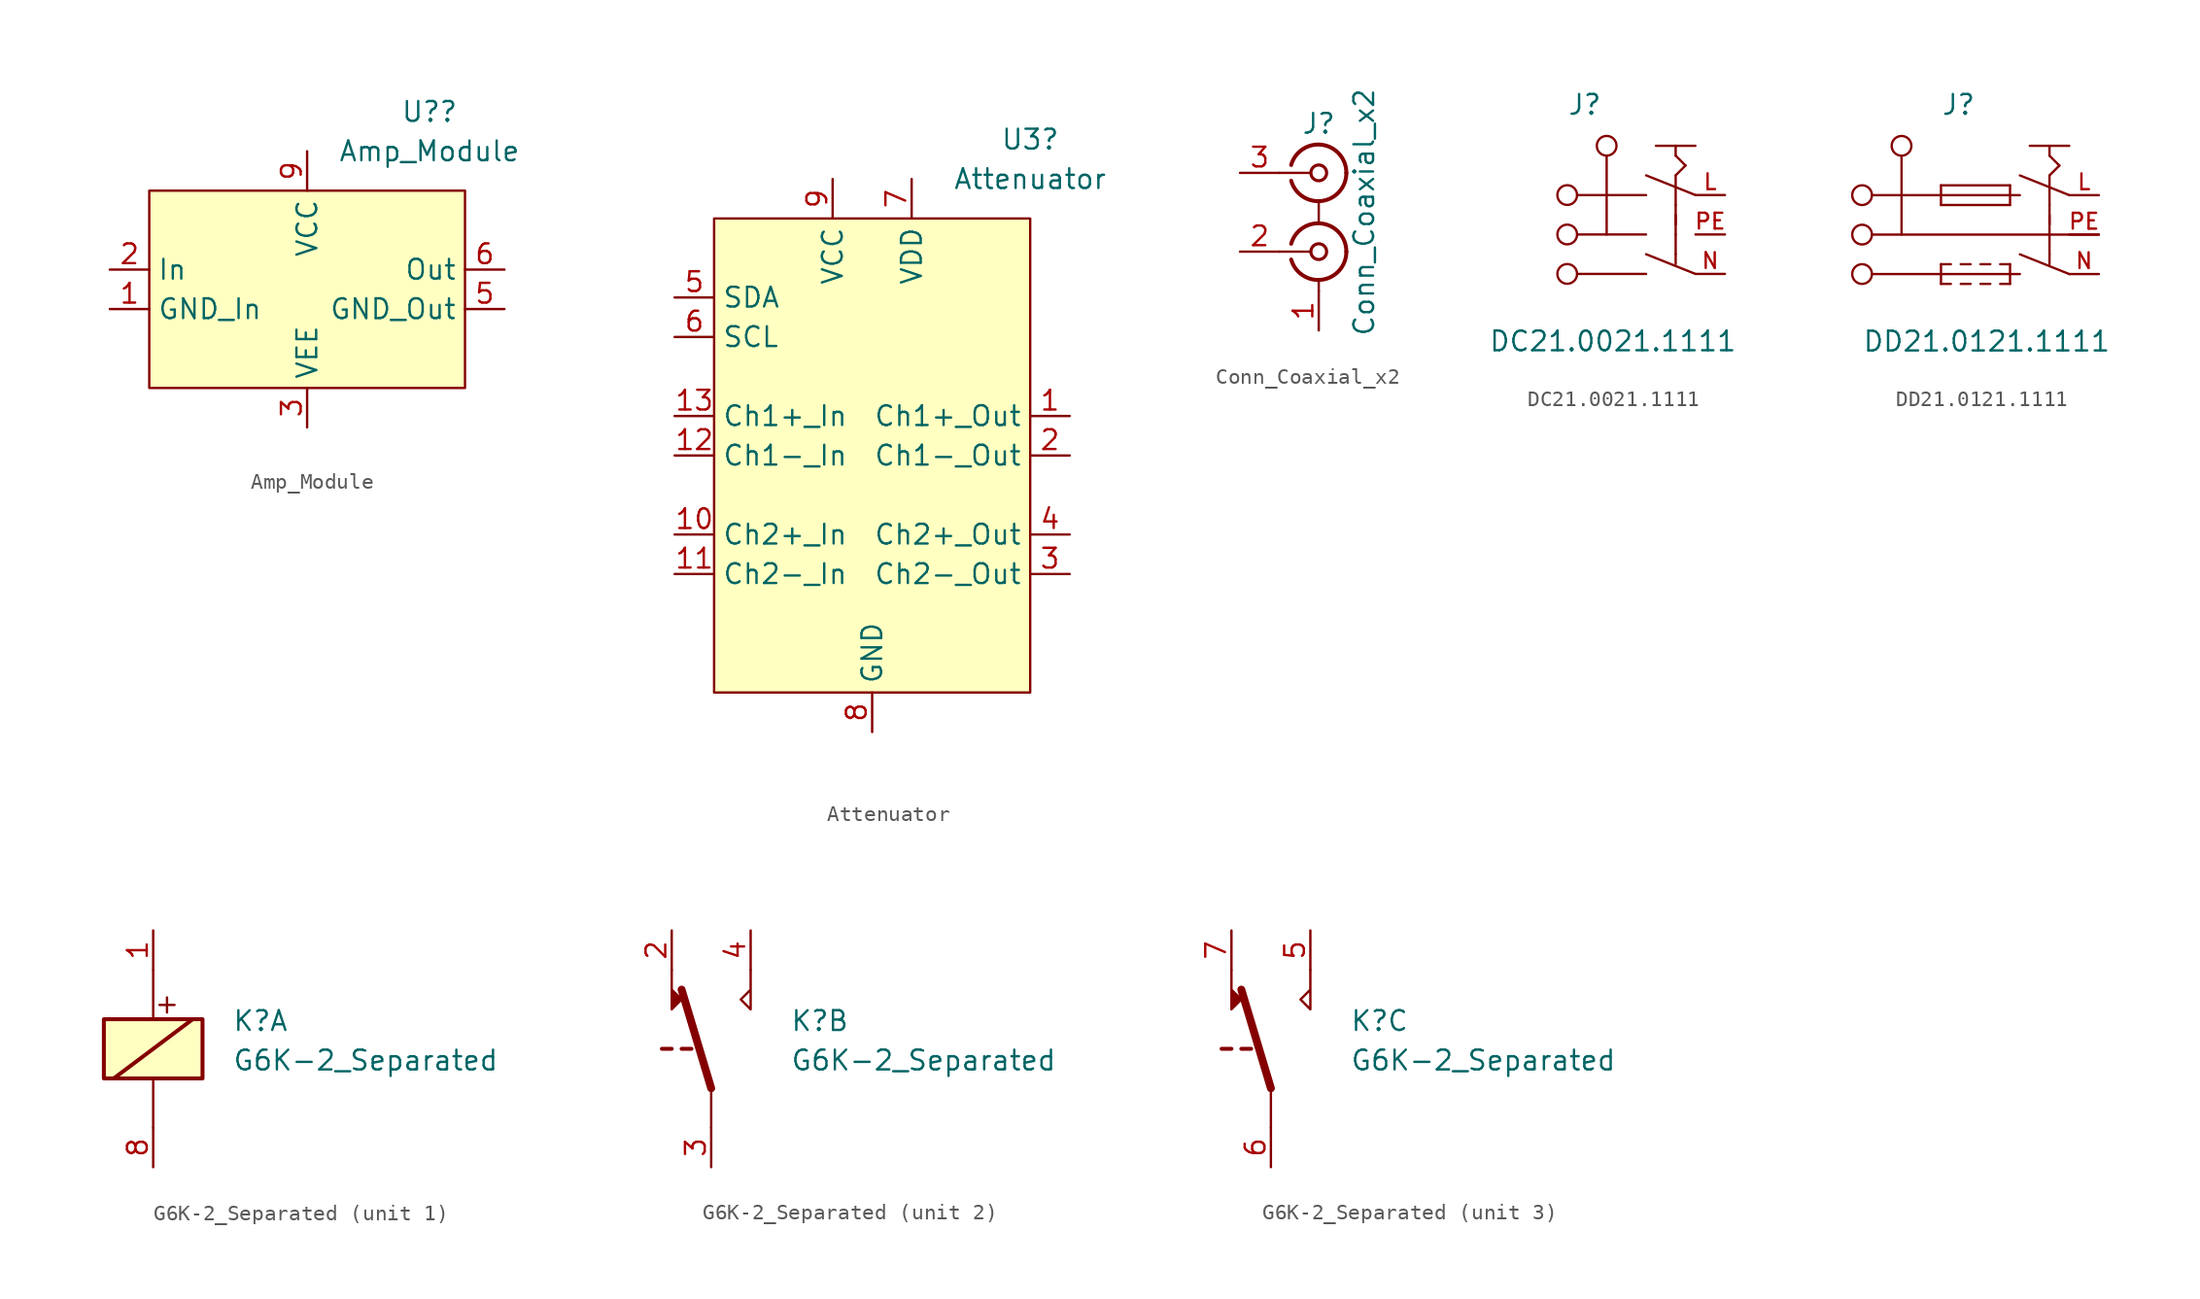
<source format=kicad_sym>
(kicad_symbol_lib
  (version 20211014)
  (generator kicad_symbol_editor)
  (symbol "Amp_Module"
    (property "Reference" "U?"
      (at 7.874 12.7 0)
      (effects (font (size 1.27 1.27))))
    (property "Value" "Amp_Module"
      (at 7.874 10.16 0)
      (effects (font (size 1.27 1.27))))
    (symbol "Amp_Module_0_1"
      (rectangle (start -10.16 7.62) (end 10.16 -5.08) (stroke (width 0.152) (type default) (color 0 0 0 0)) (fill (type background))))
    (symbol "Amp_Module_1_1"
      (pin power_in line (at -12.7 0 0) (length 2.54) (name "GND_In" (effects (font (size 1.27 1.27)))) (number "1" (effects (font (size 1.27 1.27)))))
      (pin power_in line (at 0 10.16 270) (length 2.54) hide (name "VCC" (effects (font (size 1.27 1.27)))) (number "10" (effects (font (size 1.27 1.27)))))
      (pin input line (at -12.7 2.54 0) (length 2.54) (name "In" (effects (font (size 1.27 1.27)))) (number "2" (effects (font (size 1.27 1.27)))))
      (pin power_in line (at 0 -7.62 90) (length 2.54) (name "VEE" (effects (font (size 1.27 1.27)))) (number "3" (effects (font (size 1.27 1.27)))))
      (pin power_in line (at 0 -7.62 90) (length 2.54) hide (name "VEE" (effects (font (size 1.27 1.27)))) (number "4" (effects (font (size 1.27 1.27)))))
      (pin power_in line (at 12.7 0 180) (length 2.54) (name "GND_Out" (effects (font (size 1.27 1.27)))) (number "5" (effects (font (size 1.27 1.27)))))
      (pin output line (at 12.7 2.54 180) (length 2.54) (name "Out" (effects (font (size 1.27 1.27)))) (number "6" (effects (font (size 1.27 1.27)))))
      (pin output line (at 12.7 2.54 180) (length 2.54) hide (name "Out" (effects (font (size 1.27 1.27)))) (number "7" (effects (font (size 1.27 1.27)))))
      (pin power_in line (at 12.7 0 180) (length 2.54) hide (name "GND_Out" (effects (font (size 1.27 1.27)))) (number "8" (effects (font (size 1.27 1.27)))))
      (pin power_in line (at 0 10.16 270) (length 2.54) (name "VCC" (effects (font (size 1.27 1.27)))) (number "9" (effects (font (size 1.27 1.27)))))))
  (symbol "Attenuator"
    (property "Reference" "U3"
      (at 10.16 20.32 0)
      (effects (font (size 1.27 1.27))))
    (property "Value" "Attenuator"
      (at 10.16 17.78 0)
      (effects (font (size 1.27 1.27))))
    (symbol "Attenuator_0_1"
      (rectangle (start -10.16 15.24) (end 10.16 -15.24) (stroke (width 0.152) (type default) (color 0 0 0 0)) (fill (type background))))
    (symbol "Attenuator_1_1"
      (pin output line (at 12.7 2.54 180) (length 2.54) (name "Ch1+_Out" (effects (font (size 1.27 1.27)))) (number "1" (effects (font (size 1.27 1.27)))))
      (pin input line (at -12.7 -5.08 0) (length 2.54) (name "Ch2+_In" (effects (font (size 1.27 1.27)))) (number "10" (effects (font (size 1.27 1.27)))))
      (pin input line (at -12.7 -7.62 0) (length 2.54) (name "Ch2-_In" (effects (font (size 1.27 1.27)))) (number "11" (effects (font (size 1.27 1.27)))))
      (pin input line (at -12.7 0 0) (length 2.54) (name "Ch1-_In" (effects (font (size 1.27 1.27)))) (number "12" (effects (font (size 1.27 1.27)))))
      (pin input line (at -12.7 2.54 0) (length 2.54) (name "Ch1+_In" (effects (font (size 1.27 1.27)))) (number "13" (effects (font (size 1.27 1.27)))))
      (pin output line (at 12.7 0 180) (length 2.54) (name "Ch1-_Out" (effects (font (size 1.27 1.27)))) (number "2" (effects (font (size 1.27 1.27)))))
      (pin output line (at 12.7 -7.62 180) (length 2.54) (name "Ch2-_Out" (effects (font (size 1.27 1.27)))) (number "3" (effects (font (size 1.27 1.27)))))
      (pin output line (at 12.7 -5.08 180) (length 2.54) (name "Ch2+_Out" (effects (font (size 1.27 1.27)))) (number "4" (effects (font (size 1.27 1.27)))))
      (pin bidirectional line (at -12.7 10.16 0) (length 2.54) (name "SDA" (effects (font (size 1.27 1.27)))) (number "5" (effects (font (size 1.27 1.27)))))
      (pin bidirectional line (at -12.7 7.62 0) (length 2.54) (name "SCL" (effects (font (size 1.27 1.27)))) (number "6" (effects (font (size 1.27 1.27)))))
      (pin power_in line (at 2.54 17.78 270) (length 2.54) (name "VDD" (effects (font (size 1.27 1.27)))) (number "7" (effects (font (size 1.27 1.27)))))
      (pin power_in line (at 0 -17.78 90) (length 2.54) (name "GND" (effects (font (size 1.27 1.27)))) (number "8" (effects (font (size 1.27 1.27)))))
      (pin power_in line (at -2.54 17.78 270) (length 2.54) (name "VCC" (effects (font (size 1.27 1.27)))) (number "9" (effects (font (size 1.27 1.27)))))))
  (symbol "Conn_Coaxial_x2"
    (pin_names
      (offset 1.016) hide)
    (property "Reference" "J"
      (at 0 5.715 0)
      (effects (font (size 1.27 1.27))))
    (property "Value" "Conn_Coaxial_x2"
      (at 2.921 0 90)
      (effects (font (size 1.27 1.27))))
    (symbol "Conn_Coaxial_x2_0_1"
      (arc (start -1.778 -3.048) (mid 0.222 -4.348) (end 1.778 -2.54) (stroke (width 0.254) (type default) (color 0 0 0 0)) (fill (type none)))
      (arc (start -1.778 2.032) (mid 0.222 0.732) (end 1.778 2.54) (stroke (width 0.254) (type default) (color 0 0 0 0)) (fill (type none)))
      (circle (center 0 -2.54) (radius 0.508) (stroke (width 0.203) (type default) (color 0 0 0 0)) (fill (type none)))
      (polyline (pts (xy -2.54 -2.54) (xy -0.508 -2.54)) (stroke (width 0) (type default) (color 0 0 0 0)) (fill (type none)))
      (polyline (pts (xy -2.54 2.54) (xy -0.508 2.54)) (stroke (width 0) (type default) (color 0 0 0 0)) (fill (type none)))
      (polyline (pts (xy 0 -5.08) (xy 0 -4.318)) (stroke (width 0) (type default) (color 0 0 0 0)) (fill (type none)))
      (polyline (pts (xy 0 0.762) (xy 0 -0.635)) (stroke (width 0) (type default) (color 0 0 0 0)) (fill (type none)))
      (circle (center 0 2.54) (radius 0.508) (stroke (width 0.203) (type default) (color 0 0 0 0)) (fill (type none)))
      (arc (start 1.778 -2.54) (mid 0.222 -0.7317) (end -1.778 -2.032) (stroke (width 0.254) (type default) (color 0 0 0 0)) (fill (type none)))
      (arc (start 1.778 2.54) (mid 0.222 4.3483) (end -1.778 3.048) (stroke (width 0.254) (type default) (color 0 0 0 0)) (fill (type none))))
    (symbol "Conn_Coaxial_x2_1_1"
      (pin passive line (at 0 -7.62 90) (length 2.54) (name "EXT" (effects (font (size 1.27 1.27)))) (number "1" (effects (font (size 1.27 1.27)))))
      (pin passive line (at -5.08 -2.54 0) (length 2.54) (name "IN2" (effects (font (size 1.27 1.27)))) (number "2" (effects (font (size 1.27 1.27)))))
      (pin passive line (at -5.08 2.54 0) (length 2.54) (name "IN1" (effects (font (size 1.27 1.27)))) (number "3" (effects (font (size 1.27 1.27)))))))
  (symbol "DC21.0021.1111"
    (pin_names
      (offset 1.016) hide)
    (property "Reference" "J"
      (at -2.54 7.62 0)
      (effects (font (size 1.27 1.27)) (justify left bottom)))
    (property "Value" "DC21.0021.1111"
      (at -7.62 -7.62 0)
      (effects (font (size 1.27 1.27)) (justify left bottom)))
    (symbol "DC21.0021.1111_0_0"
      (circle (center -2.54 -2.54) (radius 0.635) (stroke (width 0.15) (type default) (color 0 0 0 0)) (fill (type none)))
      (circle (center -2.54 0) (radius 0.635) (stroke (width 0.15) (type default) (color 0 0 0 0)) (fill (type none)))
      (circle (center -2.54 2.54) (radius 0.635) (stroke (width 0.15) (type default) (color 0 0 0 0)) (fill (type none)))
      (polyline (pts (xy -1.905 -2.54) (xy 2.54 -2.54)) (stroke (width 0.15) (type default) (color 0 0 0 0)) (fill (type none)))
      (polyline (pts (xy 0 0) (xy 0 5.08)) (stroke (width 0.15) (type default) (color 0 0 0 0)) (fill (type none)))
      (polyline (pts (xy 2.54 -1.27) (xy 5.715 -2.54)) (stroke (width 0.15) (type default) (color 0 0 0 0)) (fill (type none)))
      (polyline (pts (xy 2.54 0) (xy -1.905 0)) (stroke (width 0.15) (type default) (color 0 0 0 0)) (fill (type none)))
      (polyline (pts (xy 2.54 2.54) (xy -1.905 2.54)) (stroke (width 0.15) (type default) (color 0 0 0 0)) (fill (type none)))
      (polyline (pts (xy 2.54 3.81) (xy 5.715 2.54)) (stroke (width 0.15) (type default) (color 0 0 0 0)) (fill (type none)))
      (polyline (pts (xy 3.175 5.715) (xy 5.715 5.715)) (stroke (width 0.15) (type default) (color 0 0 0 0)) (fill (type none)))
      (polyline (pts (xy 4.445 -1.27) (xy 4.445 -1.905)) (stroke (width 0.15) (type default) (color 0 0 0 0)) (fill (type none)))
      (polyline (pts (xy 4.445 0) (xy 4.445 -1.27)) (stroke (width 0.15) (type default) (color 0 0 0 0)) (fill (type none)))
      (polyline (pts (xy 4.445 1.27) (xy 4.445 0)) (stroke (width 0.15) (type default) (color 0 0 0 0)) (fill (type none)))
      (polyline (pts (xy 4.445 1.905) (xy 4.445 0.635)) (stroke (width 0.15) (type default) (color 0 0 0 0)) (fill (type none)))
      (polyline (pts (xy 4.445 1.905) (xy 4.445 3.81)) (stroke (width 0.15) (type default) (color 0 0 0 0)) (fill (type none)))
      (polyline (pts (xy 4.445 3.81) (xy 5.08 4.445)) (stroke (width 0.15) (type default) (color 0 0 0 0)) (fill (type none)))
      (polyline (pts (xy 4.445 5.08) (xy 4.445 5.715)) (stroke (width 0.15) (type default) (color 0 0 0 0)) (fill (type none)))
      (polyline (pts (xy 5.08 4.445) (xy 4.445 5.08)) (stroke (width 0.15) (type default) (color 0 0 0 0)) (fill (type none)))
      (circle (center 0 5.715) (radius 0.635) (stroke (width 0.15) (type default) (color 0 0 0 0)) (fill (type none)))
      (pin power_in line (at 7.62 2.54 180) (length 1.9) (name "~" (effects (font (size 1.016 1.016)))) (number "L" (effects (font (size 1.016 1.016)))))
      (pin power_in line (at 7.62 -2.54 180) (length 1.9) (name "~" (effects (font (size 1.016 1.016)))) (number "N" (effects (font (size 1.016 1.016)))))
      (pin power_in line (at 7.62 0 180) (length 1.9) (name "~" (effects (font (size 1.016 1.016)))) (number "PE" (effects (font (size 1.016 1.016)))))))
  (symbol "DD21.0121.1111"
    (pin_names
      (offset 1.016) hide)
    (property "Reference" "J"
      (at -2.54 7.62 0)
      (effects (font (size 1.27 1.27)) (justify left bottom)))
    (property "Value" "DD21.0121.1111"
      (at -7.62 -7.62 0)
      (effects (font (size 1.27 1.27)) (justify left bottom)))
    (symbol "DD21.0121.1111_0_0"
      (circle (center -7.62 -2.54) (radius 0.635) (stroke (width 0.15) (type default) (color 0 0 0 0)) (fill (type none)))
      (circle (center -7.62 0) (radius 0.635) (stroke (width 0.15) (type default) (color 0 0 0 0)) (fill (type none)))
      (circle (center -7.62 2.54) (radius 0.635) (stroke (width 0.15) (type default) (color 0 0 0 0)) (fill (type none)))
      (circle (center -5.08 5.715) (radius 0.635) (stroke (width 0.15) (type default) (color 0 0 0 0)) (fill (type none)))
      (polyline (pts (xy -6.985 -2.54) (xy -2.54 -2.54)) (stroke (width 0.15) (type default) (color 0 0 0 0)) (fill (type none)))
      (polyline (pts (xy -6.985 0) (xy 7.62 0)) (stroke (width 0.15) (type default) (color 0 0 0 0)) (fill (type none)))
      (polyline (pts (xy -6.985 2.54) (xy 2.54 2.54)) (stroke (width 0.15) (type default) (color 0 0 0 0)) (fill (type none)))
      (polyline (pts (xy -5.08 0) (xy -5.08 5.08)) (stroke (width 0.15) (type default) (color 0 0 0 0)) (fill (type none)))
      (polyline (pts (xy -2.54 -2.54) (xy 2.54 -2.54)) (stroke (width 0.15) (type default) (color 0 0 0 0)) (fill (type none)))
      (polyline (pts (xy -2.54 -1.905) (xy -2.54 -3.175)) (stroke (width 0.15) (type default) (color 0 0 0 0)) (fill (type none)))
      (polyline (pts (xy -2.54 -1.905) (xy -1.905 -1.905)) (stroke (width 0.15) (type default) (color 0 0 0 0)) (fill (type none)))
      (polyline (pts (xy -2.54 1.905) (xy -2.54 3.175)) (stroke (width 0.15) (type default) (color 0 0 0 0)) (fill (type none)))
      (polyline (pts (xy -2.54 3.175) (xy 1.905 3.175)) (stroke (width 0.15) (type default) (color 0 0 0 0)) (fill (type none)))
      (polyline (pts (xy -1.905 -3.175) (xy -2.54 -3.175)) (stroke (width 0.15) (type default) (color 0 0 0 0)) (fill (type none)))
      (polyline (pts (xy -1.27 -1.905) (xy -0.635 -1.905)) (stroke (width 0.15) (type default) (color 0 0 0 0)) (fill (type none)))
      (polyline (pts (xy -0.635 -3.175) (xy -1.27 -3.175)) (stroke (width 0.15) (type default) (color 0 0 0 0)) (fill (type none)))
      (polyline (pts (xy 0 -1.905) (xy 0.635 -1.905)) (stroke (width 0.15) (type default) (color 0 0 0 0)) (fill (type none)))
      (polyline (pts (xy 0.635 -3.175) (xy 0 -3.175)) (stroke (width 0.15) (type default) (color 0 0 0 0)) (fill (type none)))
      (polyline (pts (xy 1.27 -1.905) (xy 1.905 -1.905)) (stroke (width 0.15) (type default) (color 0 0 0 0)) (fill (type none)))
      (polyline (pts (xy 1.905 -3.175) (xy 1.27 -3.175)) (stroke (width 0.15) (type default) (color 0 0 0 0)) (fill (type none)))
      (polyline (pts (xy 1.905 -1.905) (xy 1.905 -3.175)) (stroke (width 0.15) (type default) (color 0 0 0 0)) (fill (type none)))
      (polyline (pts (xy 1.905 1.905) (xy -2.54 1.905)) (stroke (width 0.15) (type default) (color 0 0 0 0)) (fill (type none)))
      (polyline (pts (xy 1.905 3.175) (xy 1.905 1.905)) (stroke (width 0.15) (type default) (color 0 0 0 0)) (fill (type none)))
      (polyline (pts (xy 2.54 -1.27) (xy 5.715 -2.54)) (stroke (width 0.15) (type default) (color 0 0 0 0)) (fill (type none)))
      (polyline (pts (xy 2.54 3.81) (xy 5.715 2.54)) (stroke (width 0.15) (type default) (color 0 0 0 0)) (fill (type none)))
      (polyline (pts (xy 3.175 5.715) (xy 5.715 5.715)) (stroke (width 0.15) (type default) (color 0 0 0 0)) (fill (type none)))
      (polyline (pts (xy 4.445 -1.27) (xy 4.445 -1.905)) (stroke (width 0.15) (type default) (color 0 0 0 0)) (fill (type none)))
      (polyline (pts (xy 4.445 0) (xy 4.445 -1.27)) (stroke (width 0.15) (type default) (color 0 0 0 0)) (fill (type none)))
      (polyline (pts (xy 4.445 1.27) (xy 4.445 0)) (stroke (width 0.15) (type default) (color 0 0 0 0)) (fill (type none)))
      (polyline (pts (xy 4.445 1.905) (xy 4.445 0.635)) (stroke (width 0.15) (type default) (color 0 0 0 0)) (fill (type none)))
      (polyline (pts (xy 4.445 1.905) (xy 4.445 3.81)) (stroke (width 0.15) (type default) (color 0 0 0 0)) (fill (type none)))
      (polyline (pts (xy 4.445 3.81) (xy 5.08 4.445)) (stroke (width 0.15) (type default) (color 0 0 0 0)) (fill (type none)))
      (polyline (pts (xy 4.445 5.08) (xy 4.445 5.715)) (stroke (width 0.15) (type default) (color 0 0 0 0)) (fill (type none)))
      (polyline (pts (xy 5.08 4.445) (xy 4.445 5.08)) (stroke (width 0.15) (type default) (color 0 0 0 0)) (fill (type none)))
      (pin power_in line (at 7.62 2.54 180) (length 1.9) (name "~" (effects (font (size 1.016 1.016)))) (number "L" (effects (font (size 1.016 1.016)))))
      (pin power_in line (at 7.62 -2.54 180) (length 1.9) (name "~" (effects (font (size 1.016 1.016)))) (number "N" (effects (font (size 1.016 1.016)))))
      (pin power_in line (at 7.62 0 180) (length 1.9) (name "~" (effects (font (size 1.016 1.016)))) (number "PE" (effects (font (size 1.016 1.016)))))))
  (symbol "G6K-2_Separated"
    (property "Reference" "K"
      (at 5.08 2.54 0)
      (effects (font (size 1.27 1.27)) (justify left top)))
    (property "Value" "G6K-2_Separated"
      (at 5.08 0 0)
      (effects (font (size 1.27 1.27)) (justify left top)))
    (symbol "G6K-2_Separated_1_0"
      (text "+" (at 0.889 2.921 0) (effects (font (size 1.27 1.27)))))
    (symbol "G6K-2_Separated_1_1"
      (rectangle (start -3.175 1.905) (end 3.175 -1.905) (stroke (width 0.254) (type default) (color 0 0 0 0)) (fill (type background)))
      (polyline (pts (xy -2.54 -1.905) (xy 2.54 1.905)) (stroke (width 0.254) (type default) (color 0 0 0 0)) (fill (type none)))
      (polyline (pts (xy 0 -5.08) (xy 0 -1.905)) (stroke (width 0) (type default) (color 0 0 0 0)) (fill (type none)))
      (polyline (pts (xy 0 5.08) (xy 0 1.905)) (stroke (width 0) (type default) (color 0 0 0 0)) (fill (type none)))
      (pin passive line (at 0 7.62 270) (length 2.54) (name "~" (effects (font (size 1.27 1.27)))) (number "1" (effects (font (size 1.27 1.27)))))
      (pin passive line (at 0 -7.62 90) (length 2.54) (name "~" (effects (font (size 1.27 1.27)))) (number "8" (effects (font (size 1.27 1.27))))))
    (symbol "G6K-2_Separated_2_1"
      (polyline (pts (xy -3.175 0) (xy -2.54 0)) (stroke (width 0.254) (type default) (color 0 0 0 0)) (fill (type none)))
      (polyline (pts (xy -1.905 0) (xy -1.27 0)) (stroke (width 0.254) (type default) (color 0 0 0 0)) (fill (type none)))
      (polyline (pts (xy 0 -2.54) (xy -1.905 3.81)) (stroke (width 0.508) (type default) (color 0 0 0 0)) (fill (type none)))
      (polyline (pts (xy 0 -2.54) (xy 0 -5.08)) (stroke (width 0) (type default) (color 0 0 0 0)) (fill (type none)))
      (polyline (pts (xy -2.54 5.08) (xy -2.54 2.54) (xy -1.905 3.175) (xy -2.54 3.81)) (stroke (width 0) (type default) (color 0 0 0 0)) (fill (type outline)))
      (polyline (pts (xy 2.54 5.08) (xy 2.54 2.54) (xy 1.905 3.175) (xy 2.54 3.81)) (stroke (width 0) (type default) (color 0 0 0 0)) (fill (type none)))
      (pin passive line (at -2.54 7.62 270) (length 2.54) (name "~" (effects (font (size 1.27 1.27)))) (number "2" (effects (font (size 1.27 1.27)))))
      (pin passive line (at 0 -7.62 90) (length 2.54) (name "~" (effects (font (size 1.27 1.27)))) (number "3" (effects (font (size 1.27 1.27)))))
      (pin passive line (at 2.54 7.62 270) (length 2.54) (name "~" (effects (font (size 1.27 1.27)))) (number "4" (effects (font (size 1.27 1.27))))))
    (symbol "G6K-2_Separated_3_1"
      (polyline (pts (xy -3.175 0) (xy -2.54 0)) (stroke (width 0.254) (type default) (color 0 0 0 0)) (fill (type none)))
      (polyline (pts (xy -1.905 0) (xy -1.27 0)) (stroke (width 0.254) (type default) (color 0 0 0 0)) (fill (type none)))
      (polyline (pts (xy 0 -2.54) (xy -1.905 3.81)) (stroke (width 0.508) (type default) (color 0 0 0 0)) (fill (type none)))
      (polyline (pts (xy 0 -2.54) (xy 0 -5.08)) (stroke (width 0) (type default) (color 0 0 0 0)) (fill (type none)))
      (polyline (pts (xy -2.54 5.08) (xy -2.54 2.54) (xy -1.905 3.175) (xy -2.54 3.81)) (stroke (width 0) (type default) (color 0 0 0 0)) (fill (type outline)))
      (polyline (pts (xy 2.54 5.08) (xy 2.54 2.54) (xy 1.905 3.175) (xy 2.54 3.81)) (stroke (width 0) (type default) (color 0 0 0 0)) (fill (type none)))
      (pin passive line (at 2.54 7.62 270) (length 2.54) (name "~" (effects (font (size 1.27 1.27)))) (number "5" (effects (font (size 1.27 1.27)))))
      (pin passive line (at 0 -7.62 90) (length 2.54) (name "~" (effects (font (size 1.27 1.27)))) (number "6" (effects (font (size 1.27 1.27)))))
      (pin passive line (at -2.54 7.62 270) (length 2.54) (name "~" (effects (font (size 1.27 1.27)))) (number "7" (effects (font (size 1.27 1.27))))))))
</source>
